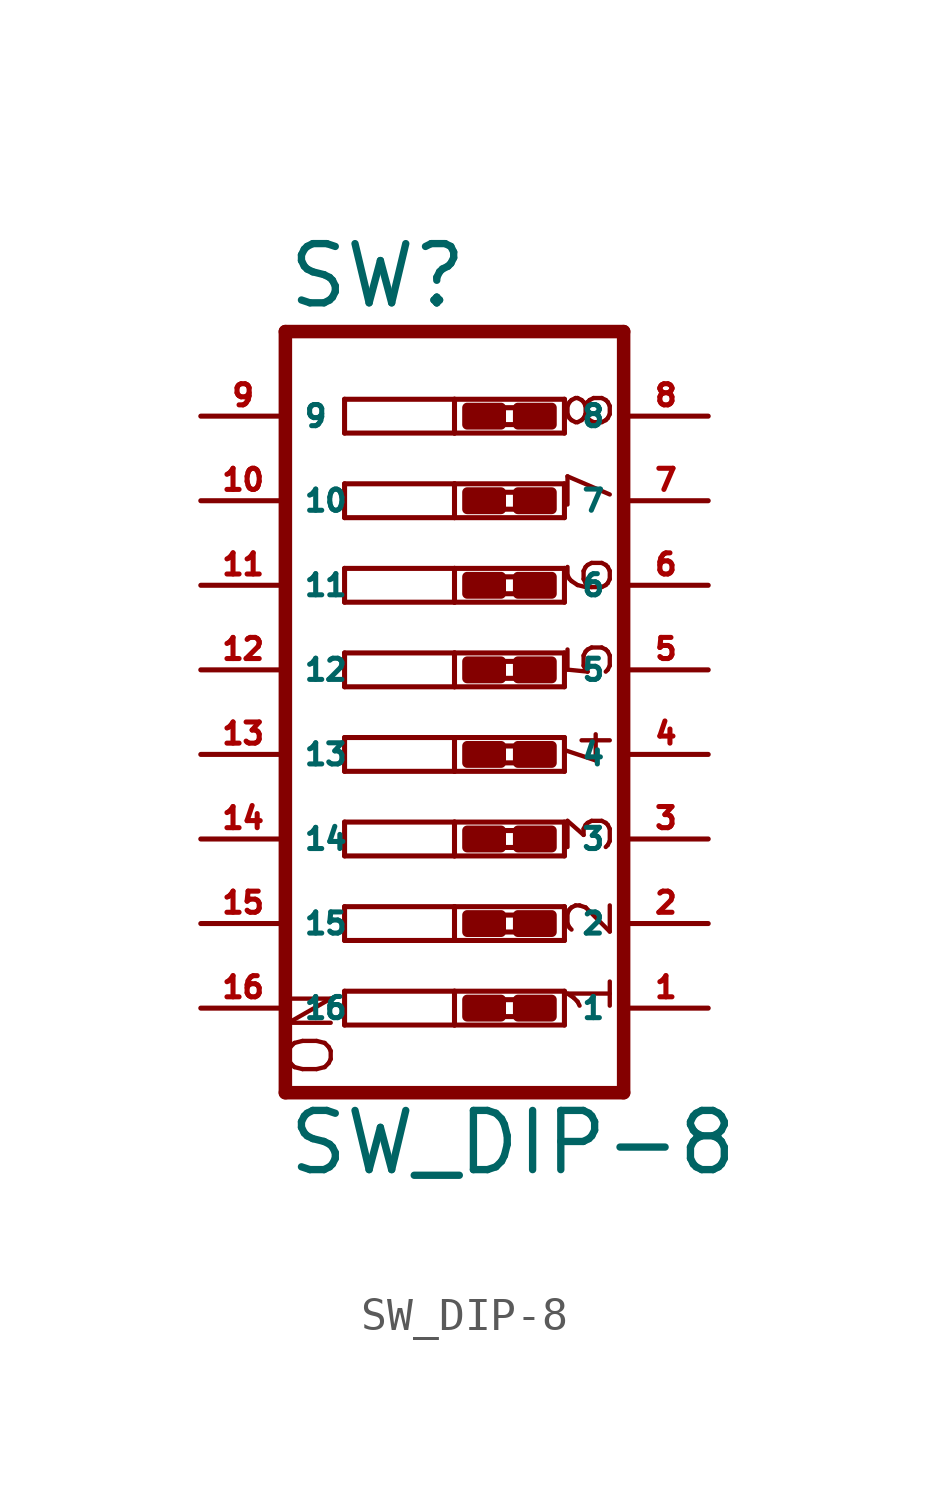
<source format=kicad_sym>
(kicad_symbol_lib
  (version 20220914)
  (generator Eagle2Kicad)
  (symbol "SW_DIP-8"
    (property "Reference" "SW"
      (at -5.08 10.795 0)
      (effects (font (size 1.778 1.778) (thickness 0.22)) (justify left bottom)))
    (property "Value" "SW_DIP-8"
      (at -5.08 -15.24 0)
      (effects (font (size 1.778 1.778) (thickness 0.22)) (justify left bottom)))
    (polyline
      (pts (xy -3.302 8.128) (xy 0 8.128))
      (stroke (width 0.152) (type default))
      (fill (type none)))
    (polyline
      (pts (xy 3.302 8.128) (xy 3.302 7.112))
      (stroke (width 0.152) (type default))
      (fill (type none)))
    (polyline
      (pts (xy 3.302 7.112) (xy 0 7.112))
      (stroke (width 0.152) (type default))
      (fill (type none)))
    (polyline
      (pts (xy -3.302 7.112) (xy -3.302 8.128))
      (stroke (width 0.152) (type default))
      (fill (type none)))
    (polyline
      (pts (xy 0 8.128) (xy 0 7.112))
      (stroke (width 0.152) (type default))
      (fill (type none)))
    (polyline
      (pts (xy 0 8.128) (xy 3.302 8.128))
      (stroke (width 0.152) (type default))
      (fill (type none)))
    (polyline
      (pts (xy 0 7.112) (xy -3.302 7.112))
      (stroke (width 0.152) (type default))
      (fill (type none)))
    (polyline
      (pts (xy -3.302 5.588) (xy 0 5.588))
      (stroke (width 0.152) (type default))
      (fill (type none)))
    (polyline
      (pts (xy 3.302 5.588) (xy 3.302 4.572))
      (stroke (width 0.152) (type default))
      (fill (type none)))
    (polyline
      (pts (xy 3.302 4.572) (xy 0 4.572))
      (stroke (width 0.152) (type default))
      (fill (type none)))
    (polyline
      (pts (xy -3.302 4.572) (xy -3.302 5.588))
      (stroke (width 0.152) (type default))
      (fill (type none)))
    (polyline
      (pts (xy 0 5.588) (xy 0 4.572))
      (stroke (width 0.152) (type default))
      (fill (type none)))
    (polyline
      (pts (xy 0 5.588) (xy 3.302 5.588))
      (stroke (width 0.152) (type default))
      (fill (type none)))
    (polyline
      (pts (xy 0 4.572) (xy -3.302 4.572))
      (stroke (width 0.152) (type default))
      (fill (type none)))
    (polyline
      (pts (xy -3.302 3.048) (xy 0 3.048))
      (stroke (width 0.152) (type default))
      (fill (type none)))
    (polyline
      (pts (xy 3.302 3.048) (xy 3.302 2.032))
      (stroke (width 0.152) (type default))
      (fill (type none)))
    (polyline
      (pts (xy 3.302 2.032) (xy 0 2.032))
      (stroke (width 0.152) (type default))
      (fill (type none)))
    (polyline
      (pts (xy -3.302 2.032) (xy -3.302 3.048))
      (stroke (width 0.152) (type default))
      (fill (type none)))
    (polyline
      (pts (xy 0 3.048) (xy 0 2.032))
      (stroke (width 0.152) (type default))
      (fill (type none)))
    (polyline
      (pts (xy 0 3.048) (xy 3.302 3.048))
      (stroke (width 0.152) (type default))
      (fill (type none)))
    (polyline
      (pts (xy 0 2.032) (xy -3.302 2.032))
      (stroke (width 0.152) (type default))
      (fill (type none)))
    (polyline
      (pts (xy -3.302 0.508) (xy 0 0.508))
      (stroke (width 0.152) (type default))
      (fill (type none)))
    (polyline
      (pts (xy 3.302 0.508) (xy 3.302 -0.508))
      (stroke (width 0.152) (type default))
      (fill (type none)))
    (polyline
      (pts (xy 3.302 -0.508) (xy 0 -0.508))
      (stroke (width 0.152) (type default))
      (fill (type none)))
    (polyline
      (pts (xy -3.302 -0.508) (xy -3.302 0.508))
      (stroke (width 0.152) (type default))
      (fill (type none)))
    (polyline
      (pts (xy 0 0.508) (xy 0 -0.508))
      (stroke (width 0.152) (type default))
      (fill (type none)))
    (polyline
      (pts (xy 0 0.508) (xy 3.302 0.508))
      (stroke (width 0.152) (type default))
      (fill (type none)))
    (polyline
      (pts (xy 0 -0.508) (xy -3.302 -0.508))
      (stroke (width 0.152) (type default))
      (fill (type none)))
    (polyline
      (pts (xy -3.302 -2.032) (xy 0 -2.032))
      (stroke (width 0.152) (type default))
      (fill (type none)))
    (polyline
      (pts (xy 3.302 -2.032) (xy 3.302 -3.048))
      (stroke (width 0.152) (type default))
      (fill (type none)))
    (polyline
      (pts (xy 3.302 -3.048) (xy 0 -3.048))
      (stroke (width 0.152) (type default))
      (fill (type none)))
    (polyline
      (pts (xy -3.302 -3.048) (xy -3.302 -2.032))
      (stroke (width 0.152) (type default))
      (fill (type none)))
    (polyline
      (pts (xy 0 -2.032) (xy 0 -3.048))
      (stroke (width 0.152) (type default))
      (fill (type none)))
    (polyline
      (pts (xy 0 -2.032) (xy 3.302 -2.032))
      (stroke (width 0.152) (type default))
      (fill (type none)))
    (polyline
      (pts (xy 0 -3.048) (xy -3.302 -3.048))
      (stroke (width 0.152) (type default))
      (fill (type none)))
    (polyline
      (pts (xy -3.302 -4.572) (xy 0 -4.572))
      (stroke (width 0.152) (type default))
      (fill (type none)))
    (polyline
      (pts (xy 3.302 -4.572) (xy 3.302 -5.588))
      (stroke (width 0.152) (type default))
      (fill (type none)))
    (polyline
      (pts (xy 3.302 -5.588) (xy 0 -5.588))
      (stroke (width 0.152) (type default))
      (fill (type none)))
    (polyline
      (pts (xy -3.302 -5.588) (xy -3.302 -4.572))
      (stroke (width 0.152) (type default))
      (fill (type none)))
    (polyline
      (pts (xy 0 -4.572) (xy 0 -5.588))
      (stroke (width 0.152) (type default))
      (fill (type none)))
    (polyline
      (pts (xy 0 -4.572) (xy 3.302 -4.572))
      (stroke (width 0.152) (type default))
      (fill (type none)))
    (polyline
      (pts (xy 0 -5.588) (xy -3.302 -5.588))
      (stroke (width 0.152) (type default))
      (fill (type none)))
    (polyline
      (pts (xy -3.302 -7.112) (xy 0 -7.112))
      (stroke (width 0.152) (type default))
      (fill (type none)))
    (polyline
      (pts (xy 3.302 -7.112) (xy 3.302 -8.128))
      (stroke (width 0.152) (type default))
      (fill (type none)))
    (polyline
      (pts (xy 3.302 -8.128) (xy 0 -8.128))
      (stroke (width 0.152) (type default))
      (fill (type none)))
    (polyline
      (pts (xy -3.302 -8.128) (xy -3.302 -7.112))
      (stroke (width 0.152) (type default))
      (fill (type none)))
    (polyline
      (pts (xy 0 -7.112) (xy 0 -8.128))
      (stroke (width 0.152) (type default))
      (fill (type none)))
    (polyline
      (pts (xy 0 -7.112) (xy 3.302 -7.112))
      (stroke (width 0.152) (type default))
      (fill (type none)))
    (polyline
      (pts (xy 0 -8.128) (xy -3.302 -8.128))
      (stroke (width 0.152) (type default))
      (fill (type none)))
    (polyline
      (pts (xy -3.302 -9.652) (xy 0 -9.652))
      (stroke (width 0.152) (type default))
      (fill (type none)))
    (polyline
      (pts (xy 3.302 -9.652) (xy 3.302 -10.668))
      (stroke (width 0.152) (type default))
      (fill (type none)))
    (polyline
      (pts (xy 3.302 -10.668) (xy 0 -10.668))
      (stroke (width 0.152) (type default))
      (fill (type none)))
    (polyline
      (pts (xy -3.302 -10.668) (xy -3.302 -9.652))
      (stroke (width 0.152) (type default))
      (fill (type none)))
    (polyline
      (pts (xy 0 -9.652) (xy 0 -10.668))
      (stroke (width 0.152) (type default))
      (fill (type none)))
    (polyline
      (pts (xy 0 -9.652) (xy 3.302 -9.652))
      (stroke (width 0.152) (type default))
      (fill (type none)))
    (polyline
      (pts (xy 0 -10.668) (xy -3.302 -10.668))
      (stroke (width 0.152) (type default))
      (fill (type none)))
    (polyline
      (pts (xy -5.08 10.16) (xy -5.08 -12.7))
      (stroke (width 0.406) (type default))
      (fill (type none)))
    (polyline
      (pts (xy -5.08 -12.7) (xy 5.08 -12.7))
      (stroke (width 0.406) (type default))
      (fill (type none)))
    (polyline
      (pts (xy 5.08 -12.7) (xy 5.08 10.16))
      (stroke (width 0.406) (type default))
      (fill (type none)))
    (polyline
      (pts (xy 5.08 10.16) (xy -5.08 10.16))
      (stroke (width 0.406) (type default))
      (fill (type none)))
    (polyline
      (pts (xy 1.397 7.874) (xy 1.905 7.874))
      (stroke (width 0) (type default))
      (fill (type none)))
    (polyline
      (pts (xy 1.397 7.366) (xy 1.905 7.366))
      (stroke (width 0) (type default))
      (fill (type none)))
    (polyline
      (pts (xy 1.397 5.334) (xy 1.905 5.334))
      (stroke (width 0) (type default))
      (fill (type none)))
    (polyline
      (pts (xy 1.397 4.826) (xy 1.905 4.826))
      (stroke (width 0) (type default))
      (fill (type none)))
    (polyline
      (pts (xy 1.397 2.794) (xy 1.905 2.794))
      (stroke (width 0) (type default))
      (fill (type none)))
    (polyline
      (pts (xy 1.397 2.286) (xy 1.905 2.286))
      (stroke (width 0) (type default))
      (fill (type none)))
    (polyline
      (pts (xy 1.397 0.254) (xy 1.905 0.254))
      (stroke (width 0) (type default))
      (fill (type none)))
    (polyline
      (pts (xy 1.397 -0.254) (xy 1.905 -0.254))
      (stroke (width 0) (type default))
      (fill (type none)))
    (polyline
      (pts (xy 1.397 -2.286) (xy 1.905 -2.286))
      (stroke (width 0) (type default))
      (fill (type none)))
    (polyline
      (pts (xy 1.397 -2.794) (xy 1.905 -2.794))
      (stroke (width 0) (type default))
      (fill (type none)))
    (polyline
      (pts (xy 1.397 -4.826) (xy 1.905 -4.826))
      (stroke (width 0) (type default))
      (fill (type none)))
    (polyline
      (pts (xy 1.397 -5.334) (xy 1.905 -5.334))
      (stroke (width 0) (type default))
      (fill (type none)))
    (polyline
      (pts (xy 1.397 -7.366) (xy 1.905 -7.366))
      (stroke (width 0) (type default))
      (fill (type none)))
    (polyline
      (pts (xy 1.397 -7.874) (xy 1.905 -7.874))
      (stroke (width 0) (type default))
      (fill (type none)))
    (polyline
      (pts (xy 1.397 -9.906) (xy 1.905 -9.906))
      (stroke (width 0) (type default))
      (fill (type none)))
    (polyline
      (pts (xy 1.397 -10.414) (xy 1.905 -10.414))
      (stroke (width 0) (type default))
      (fill (type none)))
    (text "ON"
      (at -3.556 -12.319 900)
      (effects (font (size 1.27 1.27) (thickness 0.13)) (justify left bottom)))
    (text "1"
      (at 4.826 -10.414 900)
      (effects (font (size 1.27 1.27) (thickness 0.13)) (justify left bottom)))
    (text "2"
      (at 4.826 -8.128 900)
      (effects (font (size 1.27 1.27) (thickness 0.13)) (justify left bottom)))
    (text "3"
      (at 4.826 -5.588 900)
      (effects (font (size 1.27 1.27) (thickness 0.13)) (justify left bottom)))
    (text "4"
      (at 4.826 -3.048 900)
      (effects (font (size 1.27 1.27) (thickness 0.13)) (justify left bottom)))
    (text "5"
      (at 4.826 -0.381 900)
      (effects (font (size 1.27 1.27) (thickness 0.13)) (justify left bottom)))
    (text "6"
      (at 4.826 2.159 900)
      (effects (font (size 1.27 1.27) (thickness 0.13)) (justify left bottom)))
    (text "7"
      (at 4.826 4.699 900)
      (effects (font (size 1.27 1.27) (thickness 0.13)) (justify left bottom)))
    (text "8"
      (at 4.826 7.112 900)
      (effects (font (size 1.27 1.27) (thickness 0.13)) (justify left bottom)))
    (rectangle
      (start 0.381 7.366)
      (end 1.397 7.874)
      (stroke (width 0.3) (type default))
      (fill (type outline)))
    (rectangle
      (start 1.905 7.366)
      (end 2.921 7.874)
      (stroke (width 0.3) (type default))
      (fill (type outline)))
    (rectangle
      (start 0.381 4.826)
      (end 1.397 5.334)
      (stroke (width 0.3) (type default))
      (fill (type outline)))
    (rectangle
      (start 1.905 4.826)
      (end 2.921 5.334)
      (stroke (width 0.3) (type default))
      (fill (type outline)))
    (rectangle
      (start 0.381 2.286)
      (end 1.397 2.794)
      (stroke (width 0.3) (type default))
      (fill (type outline)))
    (rectangle
      (start 1.905 2.286)
      (end 2.921 2.794)
      (stroke (width 0.3) (type default))
      (fill (type outline)))
    (rectangle
      (start 0.381 -0.254)
      (end 1.397 0.254)
      (stroke (width 0.3) (type default))
      (fill (type outline)))
    (rectangle
      (start 1.905 -0.254)
      (end 2.921 0.254)
      (stroke (width 0.3) (type default))
      (fill (type outline)))
    (rectangle
      (start 0.381 -2.794)
      (end 1.397 -2.286)
      (stroke (width 0.3) (type default))
      (fill (type outline)))
    (rectangle
      (start 1.905 -2.794)
      (end 2.921 -2.286)
      (stroke (width 0.3) (type default))
      (fill (type outline)))
    (rectangle
      (start 0.381 -5.334)
      (end 1.397 -4.826)
      (stroke (width 0.3) (type default))
      (fill (type outline)))
    (rectangle
      (start 1.905 -5.334)
      (end 2.921 -4.826)
      (stroke (width 0.3) (type default))
      (fill (type outline)))
    (rectangle
      (start 0.381 -7.874)
      (end 1.397 -7.366)
      (stroke (width 0.3) (type default))
      (fill (type outline)))
    (rectangle
      (start 1.905 -7.874)
      (end 2.921 -7.366)
      (stroke (width 0.3) (type default))
      (fill (type outline)))
    (rectangle
      (start 0.381 -10.414)
      (end 1.397 -9.906)
      (stroke (width 0.3) (type default))
      (fill (type outline)))
    (rectangle
      (start 1.905 -10.414)
      (end 2.921 -9.906)
      (stroke (width 0.3) (type default))
      (fill (type outline)))
    (pin passive line
      (at -7.62 7.62 0)
      (length 2.54)
      (name "9" (effects (font (size 0.635 0.635) (thickness 0.08)) (justify left bottom)))
      (number "9" (effects (font (size 0.635 0.635) (thickness 0.08)) (justify left bottom))))
    (pin passive line
      (at -7.62 5.08 0)
      (length 2.54)
      (name "10" (effects (font (size 0.635 0.635) (thickness 0.08)) (justify left bottom)))
      (number "10" (effects (font (size 0.635 0.635) (thickness 0.08)) (justify left bottom))))
    (pin passive line
      (at -7.62 2.54 0)
      (length 2.54)
      (name "11" (effects (font (size 0.635 0.635) (thickness 0.08)) (justify left bottom)))
      (number "11" (effects (font (size 0.635 0.635) (thickness 0.08)) (justify left bottom))))
    (pin passive line
      (at -7.62 0 0)
      (length 2.54)
      (name "12" (effects (font (size 0.635 0.635) (thickness 0.08)) (justify left bottom)))
      (number "12" (effects (font (size 0.635 0.635) (thickness 0.08)) (justify left bottom))))
    (pin passive line
      (at -7.62 -2.54 0)
      (length 2.54)
      (name "13" (effects (font (size 0.635 0.635) (thickness 0.08)) (justify left bottom)))
      (number "13" (effects (font (size 0.635 0.635) (thickness 0.08)) (justify left bottom))))
    (pin passive line
      (at -7.62 -5.08 0)
      (length 2.54)
      (name "14" (effects (font (size 0.635 0.635) (thickness 0.08)) (justify left bottom)))
      (number "14" (effects (font (size 0.635 0.635) (thickness 0.08)) (justify left bottom))))
    (pin passive line
      (at -7.62 -7.62 0)
      (length 2.54)
      (name "15" (effects (font (size 0.635 0.635) (thickness 0.08)) (justify left bottom)))
      (number "15" (effects (font (size 0.635 0.635) (thickness 0.08)) (justify left bottom))))
    (pin passive line
      (at -7.62 -10.16 0)
      (length 2.54)
      (name "16" (effects (font (size 0.635 0.635) (thickness 0.08)) (justify left bottom)))
      (number "16" (effects (font (size 0.635 0.635) (thickness 0.08)) (justify left bottom))))
    (pin passive line
      (at 7.62 -10.16 180)
      (length 2.54)
      (name "1" (effects (font (size 0.635 0.635) (thickness 0.08)) (justify left bottom)))
      (number "1" (effects (font (size 0.635 0.635) (thickness 0.08)) (justify left bottom))))
    (pin passive line
      (at 7.62 -7.62 180)
      (length 2.54)
      (name "2" (effects (font (size 0.635 0.635) (thickness 0.08)) (justify left bottom)))
      (number "2" (effects (font (size 0.635 0.635) (thickness 0.08)) (justify left bottom))))
    (pin passive line
      (at 7.62 -5.08 180)
      (length 2.54)
      (name "3" (effects (font (size 0.635 0.635) (thickness 0.08)) (justify left bottom)))
      (number "3" (effects (font (size 0.635 0.635) (thickness 0.08)) (justify left bottom))))
    (pin passive line
      (at 7.62 -2.54 180)
      (length 2.54)
      (name "4" (effects (font (size 0.635 0.635) (thickness 0.08)) (justify left bottom)))
      (number "4" (effects (font (size 0.635 0.635) (thickness 0.08)) (justify left bottom))))
    (pin passive line
      (at 7.62 0 180)
      (length 2.54)
      (name "5" (effects (font (size 0.635 0.635) (thickness 0.08)) (justify left bottom)))
      (number "5" (effects (font (size 0.635 0.635) (thickness 0.08)) (justify left bottom))))
    (pin passive line
      (at 7.62 2.54 180)
      (length 2.54)
      (name "6" (effects (font (size 0.635 0.635) (thickness 0.08)) (justify left bottom)))
      (number "6" (effects (font (size 0.635 0.635) (thickness 0.08)) (justify left bottom))))
    (pin passive line
      (at 7.62 5.08 180)
      (length 2.54)
      (name "7" (effects (font (size 0.635 0.635) (thickness 0.08)) (justify left bottom)))
      (number "7" (effects (font (size 0.635 0.635) (thickness 0.08)) (justify left bottom))))
    (pin passive line
      (at 7.62 7.62 180)
      (length 2.54)
      (name "8" (effects (font (size 0.635 0.635) (thickness 0.08)) (justify left bottom)))
      (number "8" (effects (font (size 0.635 0.635) (thickness 0.08)) (justify left bottom))))))
</source>
